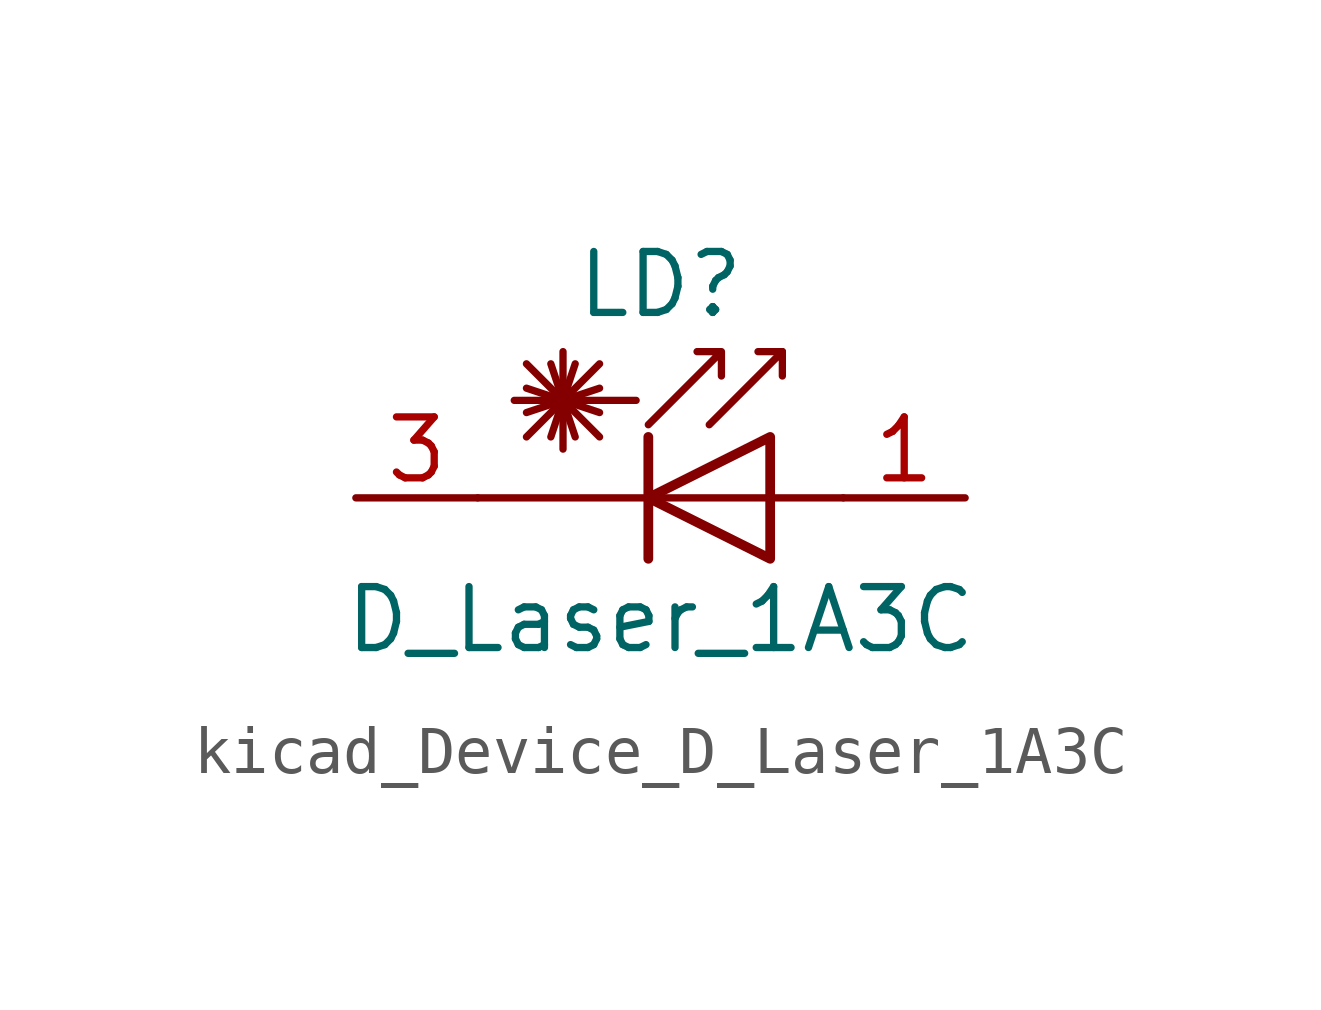
<source format=kicad_sym>
(kicad_symbol_lib
  (version 20220914)
  (generator kicad_symbol_editor)
  (symbol "kicad_Device_D_Laser_1A3C"
    (pin_names
      (offset 1.016) hide)
    (property "Reference" "LD"
      (at -1.27 4.445 0)
      (effects (font (size 1.27 1.27))))
    (property "Value" "D_Laser_1A3C"
      (at -1.27 -2.54 0)
      (effects (font (size 1.27 1.27))))
    (symbol "kicad_Device_D_Laser_1A3C_0_1"
      (polyline (pts (xy -4.064 1.27) (xy -2.54 2.794)) (stroke (width 0) (type default)) (fill (type none)))
      (polyline (pts (xy -4.064 1.778) (xy -2.54 2.286)) (stroke (width 0) (type default)) (fill (type none)))
      (polyline (pts (xy -4.064 2.286) (xy -2.54 1.778)) (stroke (width 0) (type default)) (fill (type none)))
      (polyline (pts (xy -4.064 2.794) (xy -2.54 1.27)) (stroke (width 0) (type default)) (fill (type none)))
      (polyline (pts (xy -3.556 2.794) (xy -3.048 1.27)) (stroke (width 0) (type default)) (fill (type none)))
      (polyline (pts (xy -3.302 2.032) (xy -3.302 1.016)) (stroke (width 0) (type default)) (fill (type none)))
      (polyline (pts (xy -3.302 2.032) (xy -3.302 3.048)) (stroke (width 0) (type default)) (fill (type none)))
      (polyline (pts (xy -3.048 2.794) (xy -3.556 1.27)) (stroke (width 0) (type default)) (fill (type none)))
      (polyline (pts (xy -1.778 2.032) (xy -4.318 2.032)) (stroke (width 0) (type default)) (fill (type none)))
      (polyline (pts (xy -1.524 1.27) (xy -1.524 -1.27)) (stroke (width 0.203) (type default)) (fill (type none)))
      (polyline (pts (xy 1.27 3.048) (xy 0.762 3.048)) (stroke (width 0) (type default)) (fill (type none)))
      (polyline (pts (xy 2.54 0) (xy -5.08 0)) (stroke (width 0) (type default)) (fill (type none)))
      (polyline (pts (xy -0.254 1.524) (xy 1.27 3.048) (xy 1.27 2.54)) (stroke (width 0) (type default)) (fill (type none)))
      (polyline (pts (xy 1.016 1.27) (xy 1.016 -1.27) (xy -1.524 0) (xy 1.016 1.27)) (stroke (width 0.203) (type default)) (fill (type none)))
      (polyline (pts (xy -1.524 1.524) (xy 0 3.048) (xy 0 2.54) (xy 0 3.048) (xy -0.508 3.048)) (stroke (width 0) (type default)) (fill (type none))))
    (symbol "kicad_Device_D_Laser_1A3C_1_1"
      (pin passive line (at 5.08 0 180) (length 2.54) (name "A" (effects (font (size 1.27 1.27)))) (number "1" (effects (font (size 1.27 1.27)))))
      (pin passive line (at -7.62 0 0) (length 2.54) (name "K" (effects (font (size 1.27 1.27)))) (number "3" (effects (font (size 1.27 1.27))))))))
</source>
